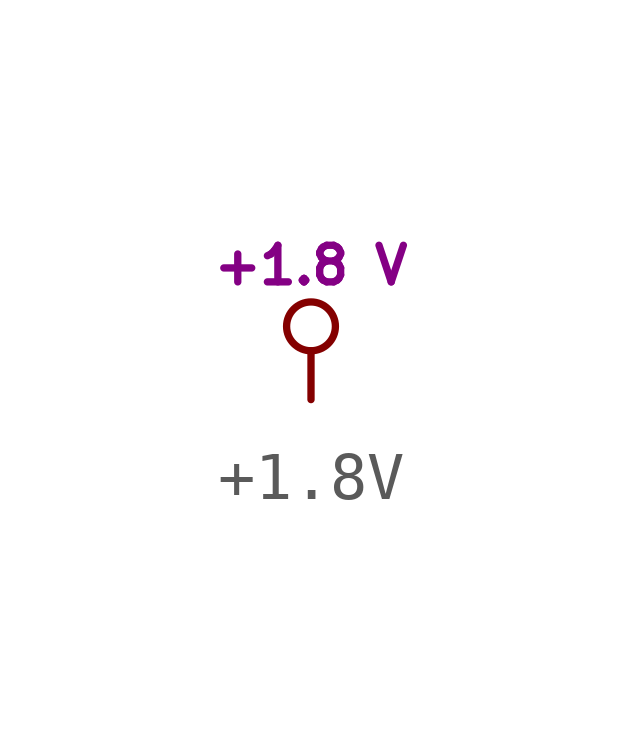
<source format=kicad_sym>
(kicad_symbol_lib
  (version 20211014)
  (generator kicad_symbol_editor)
  (symbol "+1.8V"
    (power)
    (pin_numbers hide)
    (pin_names
      (offset 0))
    (property "Reference" "#PWR"
      (at 0 3.556 0)
      (effects (font (size 0.508 0.508)) hide))
    (property "Footprint" ""
      (at 0 0 0)
      (effects (font (size 1.524 1.524))))
    (property "Datasheet" ""
      (at 0 3.556 0)
      (effects (font (size 1.524 1.524))))
    (property "Unit" "+1.8 V"
      (at 0 2.794 0)
      (effects (font (size 0.762 0.762))))
    (symbol "+1.8V_0_0"
      (polyline (pts (xy 0 0) (xy 0 1.016) (xy 0 1.016)) (stroke (width 0) (type default) (color 0 0 0 0)) (fill (type none)))
      (pin power_in line (at 0 0 90) (length 0) hide (name "+1.8V" (effects (font (size 0.635 0.635)))) (number "1" (effects (font (size 0.635 0.635))))))
    (symbol "+1.8V_0_1"
      (circle (center 0 1.524) (radius 0.508) (stroke (width 0) (type default) (color 0 0 0 0)) (fill (type none))))))
</source>
